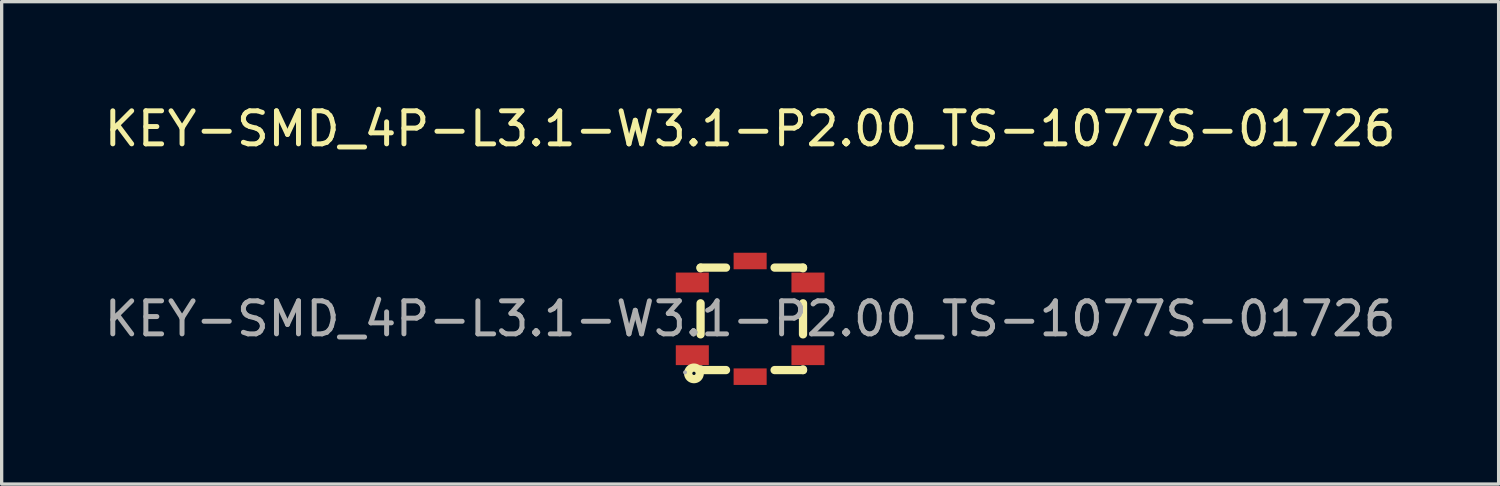
<source format=kicad_pcb>
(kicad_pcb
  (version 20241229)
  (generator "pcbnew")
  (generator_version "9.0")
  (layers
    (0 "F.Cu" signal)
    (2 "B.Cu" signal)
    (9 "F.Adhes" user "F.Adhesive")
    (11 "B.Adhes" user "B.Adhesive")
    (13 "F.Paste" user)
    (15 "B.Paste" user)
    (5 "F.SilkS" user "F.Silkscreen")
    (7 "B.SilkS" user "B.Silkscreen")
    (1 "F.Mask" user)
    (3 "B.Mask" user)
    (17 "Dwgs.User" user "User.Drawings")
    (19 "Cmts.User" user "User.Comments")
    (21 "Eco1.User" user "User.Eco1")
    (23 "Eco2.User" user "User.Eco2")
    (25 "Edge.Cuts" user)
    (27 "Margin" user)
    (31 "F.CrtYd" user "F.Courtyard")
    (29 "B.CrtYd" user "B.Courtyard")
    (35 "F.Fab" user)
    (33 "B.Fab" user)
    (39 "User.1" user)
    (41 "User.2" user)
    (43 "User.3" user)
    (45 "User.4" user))
  (footprint "KEY-SMD_4P-L3.1-W3.1-P2.00_TS-1077S-01726"
    (layer "F.Cu")
    (at 19.649 6.598)
    (property "Reference" "KEY-SMD_4P-L3.1-W3.1-P2.00_TS-1077S-01726" (at 0 -5.75 0) (layer "F.SilkS") (effects (font (size 1 1) (thickness 0.15))))
    (attr smd)
    (fp_line (start -1.5 -1.55) (end -0.73 -1.55) (stroke (width 0.25) (type solid)) (layer "F.SilkS"))
    (fp_line (start -1.5 -1.53) (end -1.5 -1.55) (stroke (width 0.25) (type solid)) (layer "F.SilkS"))
    (fp_line (start -1.5 0.47) (end -1.5 -0.47) (stroke (width 0.25) (type solid)) (layer "F.SilkS"))
    (fp_line (start -1.5 1.55) (end -1.5 1.53) (stroke (width 0.25) (type solid)) (layer "F.SilkS"))
    (fp_line (start -0.73 1.55) (end -1.5 1.55) (stroke (width 0.25) (type solid)) (layer "F.SilkS"))
    (fp_line (start 0.74 -1.55) (end 1.6 -1.55) (stroke (width 0.25) (type solid)) (layer "F.SilkS"))
    (fp_line (start 1.6 -1.55) (end 1.6 -1.53) (stroke (width 0.25) (type solid)) (layer "F.SilkS"))
    (fp_line (start 1.6 -0.47) (end 1.6 0.47) (stroke (width 0.25) (type solid)) (layer "F.SilkS"))
    (fp_line (start 1.6 1.53) (end 1.6 1.55) (stroke (width 0.25) (type solid)) (layer "F.SilkS"))
    (fp_line (start 1.6 1.55) (end 0.74 1.55) (stroke (width 0.25) (type solid)) (layer "F.SilkS"))
    (fp_circle (center -1.7 1.65) (end -1.65 1.65) (stroke (width 0.25) (type solid)) (fill no) (layer "F.SilkS"))
    (fp_circle (center -1.97 1.62) (end -1.94 1.62) (stroke (width 0.06) (type solid)) (fill no) (layer "F.Fab"))
    (fp_text user "${REFERENCE}" (at 0 0 0) (layer "F.Fab") (effects (font (size 1 1) (thickness 0.15))))
    (pad "1" smd rect (at -1.75 1.1 90) (size 0.6 1) (layers "F.Cu" "F.Mask" "F.Paste"))
    (pad "2" smd rect (at 1.75 1.1 90) (size 0.6 1) (layers "F.Cu" "F.Mask" "F.Paste"))
    (pad "3" smd rect (at 1.75 -1.1 90) (size 0.6 1) (layers "F.Cu" "F.Mask" "F.Paste"))
    (pad "4" smd rect (at -1.75 -1.1 90) (size 0.6 1) (layers "F.Cu" "F.Mask" "F.Paste"))
    (pad "5" smd rect (at 0 -1.75 90) (size 0.5 1) (layers "F.Cu" "F.Mask" "F.Paste"))
    (pad "5" smd rect (at 0 1.75 90) (size 0.5 1) (layers "F.Cu" "F.Mask" "F.Paste")))
  (gr_rect
    (start -3 -3)
    (end 42.298 11.598)
    (stroke (width 0.1) (type default))
    (fill no)
    (layer "Edge.Cuts")))
</source>
